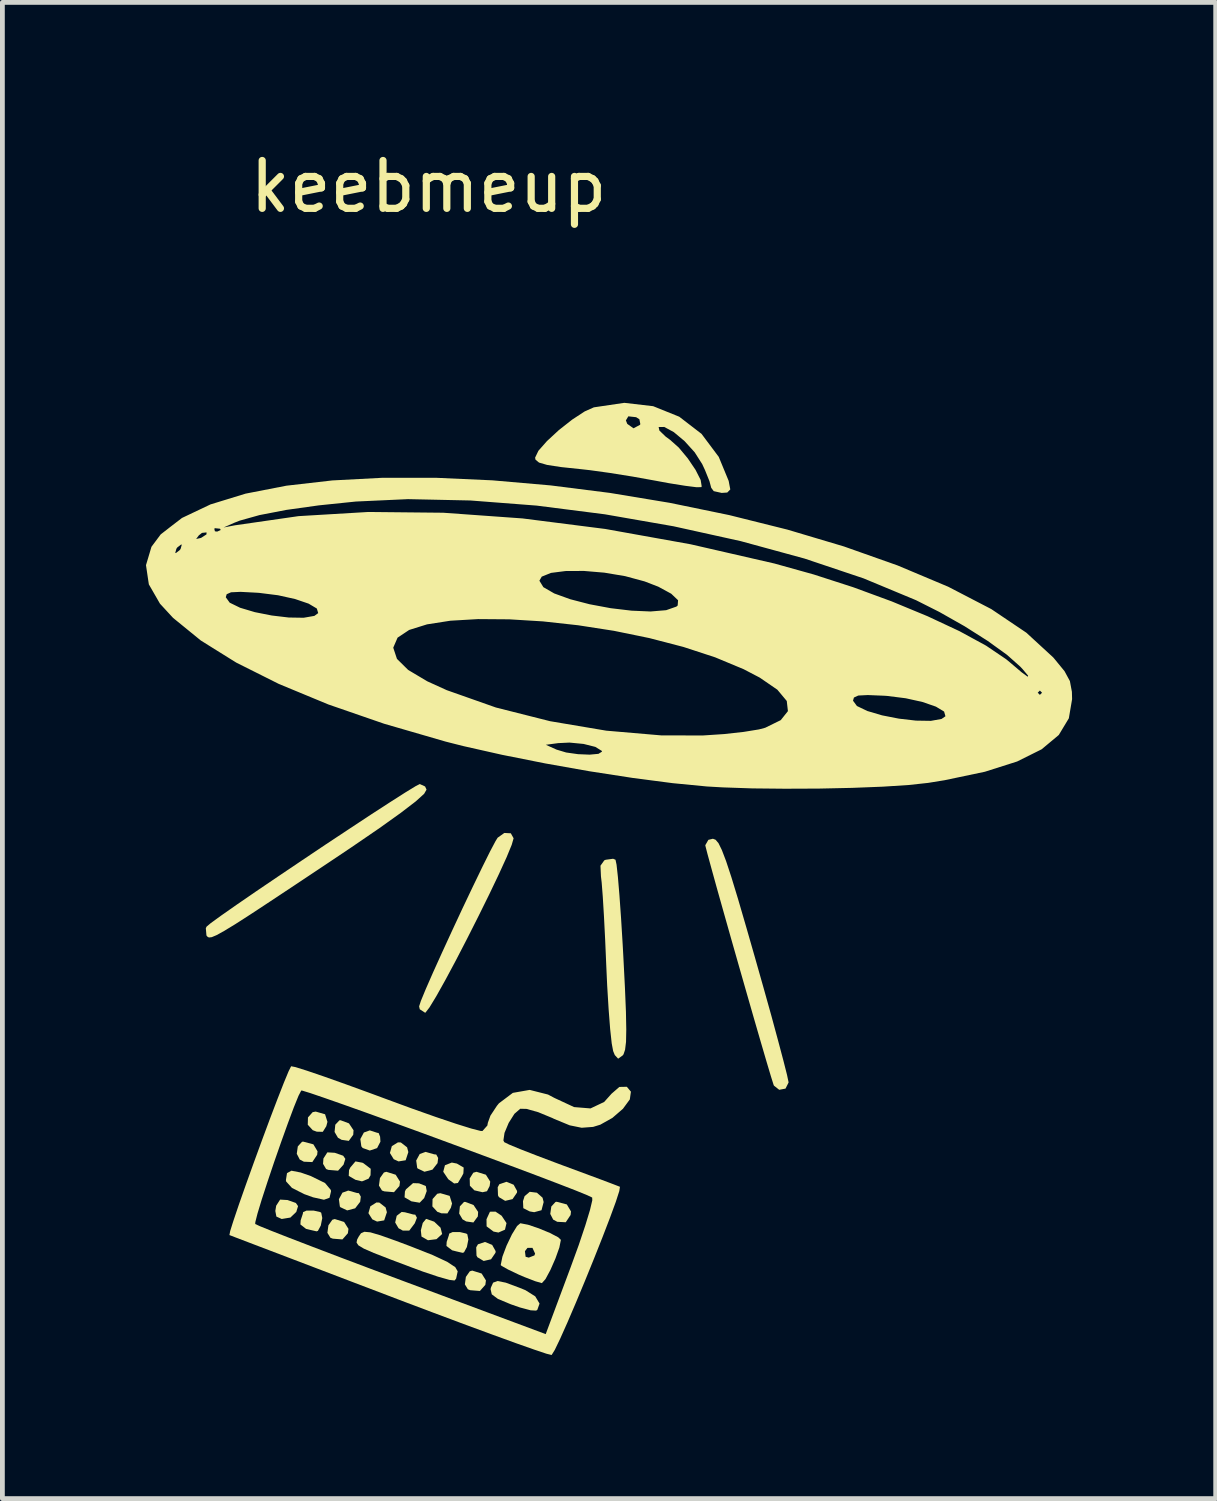
<source format=kicad_pcb>
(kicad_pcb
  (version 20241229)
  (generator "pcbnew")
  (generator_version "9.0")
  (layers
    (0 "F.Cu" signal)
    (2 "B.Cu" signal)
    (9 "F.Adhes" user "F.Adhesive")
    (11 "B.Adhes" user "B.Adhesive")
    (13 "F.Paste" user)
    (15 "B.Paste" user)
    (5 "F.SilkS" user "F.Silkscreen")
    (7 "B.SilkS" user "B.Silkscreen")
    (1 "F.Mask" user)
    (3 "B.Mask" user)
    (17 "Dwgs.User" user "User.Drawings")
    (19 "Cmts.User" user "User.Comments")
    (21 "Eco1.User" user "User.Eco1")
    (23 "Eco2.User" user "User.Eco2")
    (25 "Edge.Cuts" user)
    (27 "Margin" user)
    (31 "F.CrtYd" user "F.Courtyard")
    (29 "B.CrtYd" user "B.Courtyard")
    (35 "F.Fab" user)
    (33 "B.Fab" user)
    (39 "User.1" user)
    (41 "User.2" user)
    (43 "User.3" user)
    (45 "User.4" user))
  (footprint "keebmeup"
    (layer "F.Cu")
    (at 9.206 15.326)
    (property "Reference" "keebmeup" (at -3.302 -14.478 0) (unlocked yes) (layer "F.SilkS") (effects (font (size 1 1) (thickness 0.15))))
    (fp_poly (pts (xy -4.331 6.748) (xy -4.2 6.85) (xy -4.173 6.95) (xy -4.23 7.12) (xy -4.378 7.145) (xy -4.478 7.098) (xy -4.559 6.969) (xy -4.518 6.825) (xy -4.391 6.746)) (stroke (width 0) (type solid)) (fill yes) (layer "F.SilkS"))
    (fp_poly (pts (xy -3.882 5.492) (xy -3.751 5.594) (xy -3.725 5.693) (xy -3.781 5.864) (xy -3.93 5.888) (xy -4.03 5.842) (xy -4.11 5.712) (xy -4.07 5.569) (xy -3.942 5.49)) (stroke (width 0) (type solid)) (fill yes) (layer "F.SilkS"))
    (fp_poly (pts (xy -1.776 7.023) (xy -1.674 7.177) (xy -1.706 7.314) (xy -1.843 7.374) (xy -1.945 7.354) (xy -2.09 7.245) (xy -2.092 7.096) (xy -2.02 6.939) (xy -1.905 6.937)) (stroke (width 0) (type solid)) (fill yes) (layer "F.SilkS"))
    (fp_poly (pts (xy -6.249 6.695) (xy -6.075 6.756) (xy -6.029 6.822) (xy -6.066 6.943) (xy -6.189 7.061) (xy -6.371 7.091) (xy -6.482 7.04) (xy -6.504 6.923) (xy -6.486 6.813) (xy -6.404 6.686)) (stroke (width 0) (type solid)) (fill yes) (layer "F.SilkS"))
    (fp_poly (pts (xy -5.709 5.531) (xy -5.622 5.677) (xy -5.63 5.75) (xy -5.731 5.902) (xy -5.908 5.894) (xy -5.994 5.848) (xy -6.056 5.728) (xy -6.034 5.574) (xy -5.946 5.478) (xy -5.921 5.475)) (stroke (width 0) (type solid)) (fill yes) (layer "F.SilkS"))
    (fp_poly (pts (xy -5.465 4.903) (xy -5.415 5.062) (xy -5.439 5.153) (xy -5.512 5.27) (xy -5.638 5.267) (xy -5.722 5.236) (xy -5.826 5.122) (xy -5.822 4.969) (xy -5.724 4.859) (xy -5.66 4.847)) (stroke (width 0) (type solid)) (fill yes) (layer "F.SilkS"))
    (fp_poly (pts (xy -5.262 5.708) (xy -5.087 5.769) (xy -5.041 5.835) (xy -5.079 5.956) (xy -5.193 6.082) (xy -5.396 6.065) (xy -5.443 6.047) (xy -5.507 5.939) (xy -5.499 5.827) (xy -5.417 5.699)) (stroke (width 0) (type solid)) (fill yes) (layer "F.SilkS"))
    (fp_poly (pts (xy -5.067 7.153) (xy -4.976 7.297) (xy -4.988 7.389) (xy -5.102 7.518) (xy -5.303 7.502) (xy -5.353 7.483) (xy -5.416 7.38) (xy -5.395 7.224) (xy -5.313 7.107) (xy -5.263 7.092)) (stroke (width 0) (type solid)) (fill yes) (layer "F.SilkS"))
    (fp_poly (pts (xy -4.966 5.093) (xy -4.87 5.237) (xy -4.876 5.331) (xy -4.969 5.459) (xy -5.12 5.437) (xy -5.196 5.393) (xy -5.266 5.273) (xy -5.251 5.121) (xy -5.165 5.03) (xy -5.141 5.028)) (stroke (width 0) (type solid)) (fill yes) (layer "F.SilkS"))
    (fp_poly (pts (xy -3.99 6.166) (xy -3.899 6.31) (xy -3.911 6.402) (xy -4.025 6.531) (xy -4.226 6.514) (xy -4.276 6.496) (xy -4.339 6.393) (xy -4.318 6.236) (xy -4.236 6.12) (xy -4.185 6.105)) (stroke (width 0) (type solid)) (fill yes) (layer "F.SilkS"))
    (fp_poly (pts (xy -3.502 6.346) (xy -3.36 6.403) (xy -3.341 6.507) (xy -3.394 6.653) (xy -3.488 6.751) (xy -3.661 6.722) (xy -3.804 6.638) (xy -3.796 6.515) (xy -3.775 6.472) (xy -3.627 6.342)) (stroke (width 0) (type solid)) (fill yes) (layer "F.SilkS"))
    (fp_poly (pts (xy -2.862 6.608) (xy -2.812 6.767) (xy -2.837 6.858) (xy -2.909 6.975) (xy -3.035 6.972) (xy -3.119 6.941) (xy -3.223 6.828) (xy -3.219 6.674) (xy -3.121 6.564) (xy -3.057 6.552)) (stroke (width 0) (type solid)) (fill yes) (layer "F.SilkS"))
    (fp_poly (pts (xy -2.711 5.933) (xy -2.569 6.016) (xy -2.575 6.138) (xy -2.602 6.191) (xy -2.69 6.339) (xy -2.768 6.349) (xy -2.891 6.26) (xy -2.996 6.104) (xy -2.96 5.968) (xy -2.817 5.912)) (stroke (width 0) (type solid)) (fill yes) (layer "F.SilkS"))
    (fp_poly (pts (xy -2.363 6.799) (xy -2.267 6.943) (xy -2.273 7.037) (xy -2.366 7.164) (xy -2.517 7.142) (xy -2.593 7.098) (xy -2.663 6.978) (xy -2.648 6.826) (xy -2.563 6.736) (xy -2.538 6.733)) (stroke (width 0) (type solid)) (fill yes) (layer "F.SilkS"))
    (fp_poly (pts (xy -2.194 8.23) (xy -2.104 8.374) (xy -2.116 8.466) (xy -2.23 8.595) (xy -2.431 8.579) (xy -2.481 8.56) (xy -2.544 8.457) (xy -2.523 8.301) (xy -2.441 8.184) (xy -2.39 8.169)) (stroke (width 0) (type solid)) (fill yes) (layer "F.SilkS"))
    (fp_poly (pts (xy -2.105 6.166) (xy -2.014 6.31) (xy -2.026 6.402) (xy -2.082 6.511) (xy -2.174 6.532) (xy -2.346 6.492) (xy -2.439 6.396) (xy -2.443 6.244) (xy -2.368 6.124) (xy -2.301 6.105)) (stroke (width 0) (type solid)) (fill yes) (layer "F.SilkS"))
    (fp_poly (pts (xy -1.974 7.632) (xy -1.901 7.763) (xy -1.904 7.796) (xy -1.997 7.933) (xy -2.151 7.968) (xy -2.282 7.89) (xy -2.301 7.854) (xy -2.307 7.683) (xy -2.271 7.62) (xy -2.124 7.571)) (stroke (width 0) (type solid)) (fill yes) (layer "F.SilkS"))
    (fp_poly (pts (xy -1.525 6.375) (xy -1.453 6.506) (xy -1.455 6.54) (xy -1.548 6.676) (xy -1.702 6.712) (xy -1.833 6.634) (xy -1.852 6.597) (xy -1.858 6.427) (xy -1.822 6.363) (xy -1.675 6.314)) (stroke (width 0) (type solid)) (fill yes) (layer "F.SilkS"))
    (fp_poly (pts (xy -1.039 6.542) (xy -0.921 6.646) (xy -0.898 6.737) (xy -0.943 6.908) (xy -1.096 6.949) (xy -1.189 6.933) (xy -1.323 6.865) (xy -1.33 6.719) (xy -1.296 6.614) (xy -1.189 6.523)) (stroke (width 0) (type solid)) (fill yes) (layer "F.SilkS"))
    (fp_poly (pts (xy -0.414 6.787) (xy -0.327 6.933) (xy -0.335 7.007) (xy -0.436 7.159) (xy -0.613 7.15) (xy -0.699 7.104) (xy -0.76 6.985) (xy -0.738 6.83) (xy -0.65 6.735) (xy -0.626 6.731)) (stroke (width 0) (type solid)) (fill yes) (layer "F.SilkS"))
    (fp_poly (pts (xy -4.685 5.915) (xy -4.663 5.926) (xy -4.511 6.042) (xy -4.515 6.178) (xy -4.556 6.249) (xy -4.693 6.305) (xy -4.828 6.273) (xy -4.97 6.191) (xy -4.964 6.069) (xy -4.937 6.014) (xy -4.83 5.888)) (stroke (width 0) (type solid)) (fill yes) (layer "F.SilkS"))
    (fp_poly (pts (xy -3.796 6.951) (xy -3.626 6.996) (xy -3.58 7.001) (xy -3.546 7.065) (xy -3.59 7.18) (xy -3.706 7.334) (xy -3.841 7.333) (xy -3.93 7.284) (xy -4 7.164) (xy -3.968 7.024) (xy -3.865 6.944)) (stroke (width 0) (type solid)) (fill yes) (layer "F.SilkS"))
    (fp_poly (pts (xy -4.962 6.502) (xy -4.801 6.547) (xy -4.758 6.552) (xy -4.718 6.624) (xy -4.731 6.731) (xy -4.836 6.868) (xy -5.003 6.912) (xy -5.146 6.844) (xy -5.156 6.829) (xy -5.176 6.677) (xy -5.102 6.541) (xy -4.98 6.497)) (stroke (width 0) (type solid)) (fill yes) (layer "F.SilkS"))
    (fp_poly (pts (xy -4.514 5.245) (xy -4.376 5.29) (xy -4.346 5.295) (xy -4.315 5.371) (xy -4.308 5.475) (xy -4.378 5.61) (xy -4.53 5.661) (xy -4.679 5.608) (xy -4.707 5.573) (xy -4.728 5.421) (xy -4.654 5.284) (xy -4.531 5.24)) (stroke (width 0) (type solid)) (fill yes) (layer "F.SilkS"))
    (fp_poly (pts (xy -3.347 5.694) (xy -3.185 5.74) (xy -3.142 5.744) (xy -3.102 5.816) (xy -3.115 5.924) (xy -3.221 6.06) (xy -3.388 6.104) (xy -3.53 6.036) (xy -3.54 6.022) (xy -3.561 5.87) (xy -3.487 5.733) (xy -3.364 5.689)) (stroke (width 0) (type solid)) (fill yes) (layer "F.SilkS"))
    (fp_poly (pts (xy -3.185 7.147) (xy -3.052 7.273) (xy -3.019 7.404) (xy -3.02 7.406) (xy -3.138 7.513) (xy -3.315 7.535) (xy -3.45 7.458) (xy -3.45 7.458) (xy -3.464 7.329) (xy -3.424 7.174) (xy -3.356 7.091) (xy -3.35 7.09)) (stroke (width 0) (type solid)) (fill yes) (layer "F.SilkS"))
    (fp_poly (pts (xy -5.973 6.12) (xy -5.762 6.194) (xy -5.465 6.34) (xy -5.344 6.485) (xy -5.34 6.513) (xy -5.372 6.648) (xy -5.488 6.689) (xy -5.716 6.638) (xy -5.901 6.571) (xy -6.156 6.442) (xy -6.277 6.309) (xy -6.283 6.279) (xy -6.26 6.133) (xy -6.168 6.082)) (stroke (width 0) (type solid)) (fill yes) (layer "F.SilkS"))
    (fp_poly (pts (xy -5.701 6.916) (xy -5.567 6.946) (xy -5.545 6.961) (xy -5.523 7.071) (xy -5.554 7.228) (xy -5.614 7.339) (xy -5.642 7.349) (xy -5.769 7.32) (xy -5.863 7.297) (xy -5.98 7.205) (xy -5.975 7.12) (xy -5.929 6.981) (xy -5.924 6.948) (xy -5.852 6.915)) (stroke (width 0) (type solid)) (fill yes) (layer "F.SilkS"))
    (fp_poly (pts (xy -2.649 7.364) (xy -2.516 7.395) (xy -2.493 7.41) (xy -2.471 7.52) (xy -2.502 7.677) (xy -2.562 7.788) (xy -2.591 7.798) (xy -2.717 7.769) (xy -2.811 7.745) (xy -2.929 7.654) (xy -2.924 7.569) (xy -2.878 7.43) (xy -2.872 7.397) (xy -2.8 7.364)) (stroke (width 0) (type solid)) (fill yes) (layer "F.SilkS"))
    (fp_poly (pts (xy -1.69 8.421) (xy -1.402 8.528) (xy -1.279 8.578) (xy -1.074 8.707) (xy -0.984 8.858) (xy -1.03 8.988) (xy -1.055 9.005) (xy -1.169 8.999) (xy -1.394 8.939) (xy -1.584 8.873) (xy -1.853 8.761) (xy -1.982 8.665) (xy -2.007 8.557) (xy -1.999 8.521) (xy -1.954 8.421) (xy -1.862 8.387)) (stroke (width 0) (type solid)) (fill yes) (layer "F.SilkS"))
    (fp_poly (pts (xy -4.518 7.37) (xy -4.307 7.432) (xy -3.981 7.548) (xy -3.683 7.66) (xy -3.22 7.843) (xy -2.913 7.986) (xy -2.744 8.098) (xy -2.694 8.185) (xy -2.727 8.338) (xy -2.76 8.376) (xy -2.868 8.363) (xy -3.102 8.297) (xy -3.424 8.189) (xy -3.635 8.111) (xy -4.112 7.931) (xy -4.444 7.802) (xy -4.655 7.71) (xy -4.769 7.641) (xy -4.807 7.583) (xy -4.795 7.521) (xy -4.762 7.459) (xy -4.714 7.389) (xy -4.643 7.358)) (stroke (width 0) (type solid)) (fill yes) (layer "F.SilkS"))
    (fp_poly (pts (xy -1.584 -0.967) (xy -1.526 -0.863) (xy -1.565 -0.727) (xy -1.672 -0.467) (xy -1.833 -0.114) (xy -2.034 0.307) (xy -2.261 0.767) (xy -2.499 1.238) (xy -2.734 1.692) (xy -2.953 2.101) (xy -3.141 2.437) (xy -3.284 2.672) (xy -3.367 2.779) (xy -3.375 2.782) (xy -3.486 2.71) (xy -3.5 2.649) (xy -3.463 2.535) (xy -3.362 2.29) (xy -3.21 1.943) (xy -3.021 1.525) (xy -2.81 1.066) (xy -2.59 0.594) (xy -2.375 0.142) (xy -2.179 -0.263) (xy -2.017 -0.589) (xy -1.902 -0.806) (xy -1.859 -0.875) (xy -1.72 -0.974)) (stroke (width 0) (type solid)) (fill yes) (layer "F.SilkS"))
    (fp_poly (pts (xy 0.603 -0.414) (xy 0.625 -0.311) (xy 0.653 -0.056) (xy 0.685 0.325) (xy 0.719 0.805) (xy 0.753 1.358) (xy 0.766 1.594) (xy 0.8 2.257) (xy 0.821 2.763) (xy 0.828 3.134) (xy 0.823 3.39) (xy 0.803 3.555) (xy 0.771 3.65) (xy 0.754 3.673) (xy 0.658 3.742) (xy 0.588 3.666) (xy 0.554 3.583) (xy 0.524 3.424) (xy 0.491 3.12) (xy 0.459 2.705) (xy 0.429 2.213) (xy 0.41 1.795) (xy 0.387 1.26) (xy 0.362 0.769) (xy 0.337 0.356) (xy 0.314 0.06) (xy 0.299 -0.066) (xy 0.289 -0.29) (xy 0.368 -0.401) (xy 0.398 -0.414) (xy 0.553 -0.435)) (stroke (width 0) (type solid)) (fill yes) (layer "F.SilkS"))
    (fp_poly (pts (xy -1.224 7.211) (xy -0.998 7.287) (xy -0.767 7.383) (xy -0.594 7.473) (xy -0.538 7.527) (xy -0.57 7.687) (xy -0.652 7.917) (xy -0.757 8.156) (xy -0.86 8.347) (xy -0.934 8.43) (xy -0.938 8.43) (xy -1.071 8.392) (xy -1.299 8.304) (xy -1.414 8.255) (xy -1.639 8.148) (xy -1.776 8.071) (xy -1.795 8.053) (xy -1.76 7.879) (xy -1.717 7.764) (xy -1.289 7.764) (xy -1.275 7.88) (xy -1.209 7.898) (xy -1.091 7.852) (xy -1.077 7.814) (xy -1.132 7.694) (xy -1.237 7.695) (xy -1.289 7.764) (xy -1.717 7.764) (xy -1.672 7.645) (xy -1.56 7.411) (xy -1.453 7.237) (xy -1.385 7.18)) (stroke (width 0) (type solid)) (fill yes) (layer "F.SilkS"))
    (fp_poly (pts (xy -3.375 -1.945) (xy -3.345 -1.879) (xy -3.395 -1.792) (xy -3.571 -1.633) (xy -3.88 -1.396) (xy -4.326 -1.077) (xy -4.916 -0.673) (xy -5.404 -0.346) (xy -6.075 0.101) (xy -6.612 0.457) (xy -7.03 0.732) (xy -7.346 0.935) (xy -7.575 1.074) (xy -7.732 1.161) (xy -7.832 1.203) (xy -7.892 1.21) (xy -7.926 1.19) (xy -7.943 1.167) (xy -7.956 1.016) (xy -7.94 0.983) (xy -7.852 0.909) (xy -7.637 0.753) (xy -7.317 0.529) (xy -6.917 0.254) (xy -6.458 -0.057) (xy -5.965 -0.389) (xy -5.461 -0.727) (xy -4.967 -1.054) (xy -4.509 -1.356) (xy -4.108 -1.616) (xy -3.788 -1.82) (xy -3.572 -1.952) (xy -3.486 -1.996)) (stroke (width 0) (type solid)) (fill yes) (layer "F.SilkS"))
    (fp_poly (pts (xy 2.694 -0.832) (xy 2.755 -0.76) (xy 2.825 -0.617) (xy 2.913 -0.387) (xy 3.024 -0.05) (xy 3.164 0.409) (xy 3.339 1.009) (xy 3.513 1.616) (xy 3.695 2.258) (xy 3.86 2.848) (xy 4 3.365) (xy 4.111 3.783) (xy 4.186 4.079) (xy 4.218 4.231) (xy 4.218 4.241) (xy 4.155 4.367) (xy 4.023 4.392) (xy 3.913 4.305) (xy 3.905 4.286) (xy 3.851 4.114) (xy 3.76 3.809) (xy 3.639 3.396) (xy 3.496 2.903) (xy 3.339 2.356) (xy 3.175 1.783) (xy 3.012 1.211) (xy 2.858 0.666) (xy 2.72 0.176) (xy 2.607 -0.233) (xy 2.525 -0.533) (xy 2.483 -0.697) (xy 2.479 -0.718) (xy 2.543 -0.83) (xy 2.638 -0.853)) (stroke (width 0) (type solid)) (fill yes) (layer "F.SilkS"))
    (fp_poly (pts (xy 1.39 -9.89) (xy 1.935 -9.67) (xy 2.4 -9.312) (xy 2.76 -8.831) (xy 2.967 -8.33) (xy 3.001 -8.151) (xy 2.938 -8.086) (xy 2.821 -8.078) (xy 2.655 -8.115) (xy 2.603 -8.184) (xy 2.566 -8.323) (xy 2.473 -8.554) (xy 2.414 -8.681) (xy 2.257 -8.927) (xy 2.045 -9.161) (xy 1.82 -9.349) (xy 1.622 -9.456) (xy 1.504 -9.455) (xy 1.52 -9.381) (xy 1.654 -9.252) (xy 1.743 -9.187) (xy 1.925 -9.025) (xy 2.112 -8.801) (xy 2.275 -8.56) (xy 2.382 -8.349) (xy 2.404 -8.213) (xy 2.395 -8.199) (xy 2.295 -8.197) (xy 2.058 -8.227) (xy 1.721 -8.281) (xy 1.423 -8.336) (xy 0.957 -8.42) (xy 0.481 -8.496) (xy 0.07 -8.553) (xy -0.09 -8.571) (xy -0.534 -8.618) (xy -0.826 -8.663) (xy -0.995 -8.712) (xy -1.068 -8.772) (xy -1.077 -8.814) (xy -1.008 -8.958) (xy -0.828 -9.162) (xy -0.58 -9.391) (xy -0.323 -9.593) (xy 0.82 -9.593) (xy 0.849 -9.52) (xy 0.979 -9.428) (xy 1.112 -9.499) (xy 1.122 -9.514) (xy 1.102 -9.617) (xy 1.034 -9.66) (xy 0.871 -9.678) (xy 0.82 -9.593) (xy -0.323 -9.593) (xy -0.303 -9.609) (xy -0.04 -9.781) (xy 0.151 -9.866) (xy 0.787 -9.96)) (stroke (width 0) (type solid)) (fill yes) (layer "F.SilkS"))
    (fp_poly (pts (xy -6.082 3.918) (xy -5.846 3.992) (xy -5.491 4.113) (xy -5.041 4.273) (xy -4.519 4.463) (xy -4.211 4.577) (xy -3.656 4.781) (xy -3.153 4.959) (xy -2.729 5.102) (xy -2.408 5.202) (xy -2.217 5.251) (xy -2.177 5.253) (xy -2.074 5.138) (xy -2.064 5.081) (xy -2.01 4.932) (xy -1.875 4.727) (xy -1.832 4.674) (xy -1.542 4.456) (xy -1.19 4.394) (xy -0.807 4.491) (xy -0.673 4.562) (xy -0.262 4.753) (xy 0.081 4.781) (xy 0.366 4.646) (xy 0.521 4.473) (xy 0.684 4.332) (xy 0.84 4.329) (xy 0.925 4.431) (xy 0.902 4.593) (xy 0.758 4.789) (xy 0.538 4.979) (xy 0.285 5.121) (xy 0.135 5.167) (xy -0.104 5.185) (xy -0.354 5.134) (xy -0.679 5) (xy -0.72 4.98) (xy -1.013 4.859) (xy -1.257 4.791) (xy -1.387 4.788) (xy -1.509 4.894) (xy -1.629 5.084) (xy -1.716 5.292) (xy -1.739 5.45) (xy -1.721 5.486) (xy -1.619 5.536) (xy -1.38 5.635) (xy -1.038 5.768) (xy -0.625 5.924) (xy -0.494 5.973) (xy -0.07 6.13) (xy 0.289 6.263) (xy 0.551 6.362) (xy 0.685 6.414) (xy 0.696 6.418) (xy 0.682 6.508) (xy 0.609 6.734) (xy 0.488 7.064) (xy 0.332 7.47) (xy 0.153 7.921) (xy -0.037 8.389) (xy -0.226 8.843) (xy -0.402 9.254) (xy -0.553 9.592) (xy -0.666 9.827) (xy -0.73 9.93) (xy -0.734 9.932) (xy -0.842 9.905) (xy -1.098 9.819) (xy -1.484 9.683) (xy -1.982 9.502) (xy -2.571 9.285) (xy -3.234 9.037) (xy -3.952 8.766) (xy -4.129 8.698) (xy -4.854 8.422) (xy -5.527 8.165) (xy -6.128 7.936) (xy -6.64 7.741) (xy -7.044 7.587) (xy -7.322 7.481) (xy -7.454 7.43) (xy -7.463 7.427) (xy -7.447 7.343) (xy -7.401 7.196) (xy -6.924 7.196) (xy -6.829 7.24) (xy -6.585 7.339) (xy -6.212 7.485) (xy -5.728 7.671) (xy -5.154 7.89) (xy -4.507 8.134) (xy -3.86 8.376) (xy -0.855 9.496) (xy -0.334 8.099) (xy -0.164 7.632) (xy -0.027 7.223) (xy 0.07 6.903) (xy 0.118 6.7) (xy 0.116 6.643) (xy 0.013 6.594) (xy -0.233 6.494) (xy -0.599 6.352) (xy -1.061 6.176) (xy -1.597 5.975) (xy -2.184 5.756) (xy -2.798 5.529) (xy -3.417 5.301) (xy -4.018 5.082) (xy -4.577 4.88) (xy -5.071 4.704) (xy -5.479 4.561) (xy -5.775 4.46) (xy -5.938 4.41) (xy -5.962 4.407) (xy -6.019 4.516) (xy -6.116 4.755) (xy -6.241 5.09) (xy -6.383 5.485) (xy -6.53 5.906) (xy -6.669 6.319) (xy -6.789 6.688) (xy -6.877 6.979) (xy -6.922 7.157) (xy -6.924 7.196) (xy -7.401 7.196) (xy -7.377 7.121) (xy -7.266 6.792) (xy -7.123 6.385) (xy -6.96 5.931) (xy -6.788 5.46) (xy -6.618 5.002) (xy -6.46 4.587) (xy -6.326 4.245) (xy -6.227 4.006) (xy -6.174 3.9) (xy -6.173 3.9)) (stroke (width 0) (type solid)) (fill yes) (layer "F.SilkS"))
    (fp_poly (pts (xy -1.971 -8.341) (xy -0.754 -8.235) (xy 0.487 -8.078) (xy 1.736 -7.871) (xy 2.978 -7.615) (xy 4.196 -7.311) (xy 5.374 -6.96) (xy 6.496 -6.563) (xy 7.547 -6.121) (xy 7.558 -6.116) (xy 8.454 -5.651) (xy 9.186 -5.158) (xy 9.747 -4.642) (xy 9.771 -4.614) (xy 9.984 -4.354) (xy 10.096 -4.147) (xy 10.138 -3.923) (xy 10.142 -3.769) (xy 10.074 -3.369) (xy 9.864 -3.021) (xy 9.506 -2.722) (xy 8.994 -2.467) (xy 8.321 -2.253) (xy 7.48 -2.076) (xy 7.135 -2.02) (xy 6.73 -1.976) (xy 6.188 -1.941) (xy 5.548 -1.916) (xy 4.853 -1.901) (xy 4.143 -1.898) (xy 3.46 -1.905) (xy 2.846 -1.926) (xy 2.513 -1.945) (xy 1.8 -2.014) (xy 0.965 -2.123) (xy 0.059 -2.263) (xy -0.866 -2.427) (xy -1.76 -2.605) (xy -2.572 -2.788) (xy -2.683 -2.816) (xy -0.853 -2.816) (xy -0.628 -2.715) (xy -0.428 -2.655) (xy -0.18 -2.62) (xy 0.063 -2.61) (xy 0.247 -2.627) (xy 0.321 -2.673) (xy 0.316 -2.689) (xy 0.182 -2.772) (xy -0.065 -2.834) (xy -0.358 -2.862) (xy -0.592 -2.851) (xy -0.853 -2.816) (xy -2.683 -2.816) (xy -2.947 -2.883) (xy -4.232 -3.256) (xy -5.397 -3.659) (xy -6.43 -4.087) (xy -7.322 -4.534) (xy -7.813 -4.84) (xy -4.039 -4.84) (xy -3.963 -4.611) (xy -3.729 -4.38) (xy -3.329 -4.142) (xy -2.922 -3.957) (xy -1.896 -3.595) (xy -0.764 -3.309) (xy 0.41 -3.111) (xy 1.563 -3.012) (xy 2.435 -3.011) (xy 2.872 -3.04) (xy 3.279 -3.085) (xy 3.599 -3.137) (xy 3.731 -3.172) (xy 4.055 -3.331) (xy 4.205 -3.519) (xy 4.181 -3.732) (xy 4.176 -3.737) (xy 5.565 -3.737) (xy 5.647 -3.626) (xy 5.864 -3.522) (xy 6.172 -3.431) (xy 6.525 -3.362) (xy 6.88 -3.321) (xy 7.192 -3.316) (xy 7.415 -3.356) (xy 7.496 -3.412) (xy 7.468 -3.51) (xy 7.297 -3.613) (xy 7.018 -3.71) (xy 6.666 -3.788) (xy 6.276 -3.837) (xy 6.215 -3.841) (xy 5.874 -3.855) (xy 5.675 -3.845) (xy 5.584 -3.803) (xy 5.565 -3.737) (xy 4.176 -3.737) (xy 4.037 -3.904) (xy 9.424 -3.904) (xy 9.469 -3.859) (xy 9.514 -3.904) (xy 9.469 -3.949) (xy 9.424 -3.904) (xy 4.037 -3.904) (xy 3.984 -3.967) (xy 3.617 -4.219) (xy 3.28 -4.395) (xy 2.685 -4.643) (xy 2.022 -4.86) (xy 1.311 -5.045) (xy 0.571 -5.197) (xy -0.177 -5.313) (xy -0.913 -5.394) (xy -1.616 -5.437) (xy -2.268 -5.442) (xy -2.847 -5.408) (xy -3.334 -5.332) (xy -3.708 -5.215) (xy -3.95 -5.054) (xy -4.039 -4.848) (xy -4.039 -4.84) (xy -7.813 -4.84) (xy -8.062 -4.996) (xy -8.64 -5.467) (xy -8.914 -5.764) (xy -8.991 -5.898) (xy -7.539 -5.898) (xy -7.457 -5.785) (xy -7.24 -5.679) (xy -6.932 -5.587) (xy -6.578 -5.517) (xy -6.224 -5.475) (xy -5.912 -5.47) (xy -5.688 -5.509) (xy -5.608 -5.567) (xy -5.637 -5.663) (xy -5.809 -5.765) (xy -6.091 -5.861) (xy -6.447 -5.94) (xy -6.844 -5.99) (xy -6.889 -5.993) (xy -7.23 -6.011) (xy -7.429 -6.002) (xy -7.52 -5.962) (xy -7.539 -5.898) (xy -8.991 -5.898) (xy -9.146 -6.167) (xy -9.158 -6.244) (xy -0.987 -6.244) (xy -0.904 -6.109) (xy -0.677 -5.978) (xy -0.343 -5.857) (xy 0.062 -5.752) (xy 0.501 -5.67) (xy 0.938 -5.618) (xy 1.336 -5.601) (xy 1.661 -5.628) (xy 1.875 -5.703) (xy 1.902 -5.726) (xy 1.91 -5.836) (xy 1.767 -5.972) (xy 1.497 -6.119) (xy 1.212 -6.229) (xy 0.805 -6.339) (xy 0.371 -6.412) (xy -0.056 -6.448) (xy -0.44 -6.446) (xy -0.745 -6.407) (xy -0.938 -6.329) (xy -0.987 -6.244) (xy -9.158 -6.244) (xy -9.206 -6.569) (xy -9.129 -6.827) (xy -8.594 -6.827) (xy -8.582 -6.821) (xy -8.5 -6.884) (xy -8.482 -6.911) (xy -8.459 -6.995) (xy -8.471 -7.001) (xy -8.553 -6.938) (xy -8.571 -6.911) (xy -8.594 -6.827) (xy -9.129 -6.827) (xy -9.092 -6.952) (xy -8.97 -7.116) (xy -8.158 -7.116) (xy -8.068 -7.135) (xy -8.051 -7.141) (xy -7.942 -7.212) (xy -7.941 -7.253) (xy -8.036 -7.243) (xy -8.102 -7.191) (xy -8.158 -7.116) (xy -8.97 -7.116) (xy -8.898 -7.212) (xy -8.746 -7.33) (xy -7.779 -7.33) (xy -7.766 -7.276) (xy -7.719 -7.27) (xy -7.645 -7.303) (xy -7.659 -7.33) (xy -7.765 -7.341) (xy -7.779 -7.33) (xy -8.746 -7.33) (xy -8.713 -7.356) (xy -7.584 -7.356) (xy -7.35 -7.401) (xy -6.019 -7.593) (xy -4.561 -7.68) (xy -2.996 -7.664) (xy -1.339 -7.545) (xy 0.389 -7.325) (xy 2.172 -7.005) (xy 3.924 -6.603) (xy 4.745 -6.374) (xy 5.571 -6.107) (xy 6.373 -5.812) (xy 7.122 -5.502) (xy 7.789 -5.19) (xy 8.345 -4.887) (xy 8.762 -4.605) (xy 8.841 -4.54) (xy 9.086 -4.332) (xy 9.215 -4.238) (xy 9.223 -4.26) (xy 9.105 -4.4) (xy 9.058 -4.45) (xy 8.781 -4.696) (xy 8.379 -4.986) (xy 7.895 -5.293) (xy 7.369 -5.591) (xy 6.881 -5.837) (xy 5.787 -6.292) (xy 4.554 -6.706) (xy 3.218 -7.071) (xy 1.815 -7.381) (xy 0.382 -7.631) (xy -1.044 -7.813) (xy -2.428 -7.92) (xy -3.732 -7.948) (xy -4.821 -7.898) (xy -5.595 -7.818) (xy -6.274 -7.723) (xy -6.834 -7.615) (xy -7.248 -7.499) (xy -7.36 -7.455) (xy -7.584 -7.356) (xy -8.713 -7.356) (xy -8.454 -7.555) (xy -7.858 -7.838) (xy -7.125 -8.063) (xy -6.272 -8.229) (xy -5.313 -8.339) (xy -4.266 -8.394) (xy -3.147 -8.394)) (stroke (width 0) (type solid)) (fill yes) (layer "F.SilkS")))
  (gr_rect
    (start -3 -3)
    (end 22.348 28.259)
    (stroke (width 0.1) (type default))
    (fill no)
    (layer "Edge.Cuts")))
</source>
